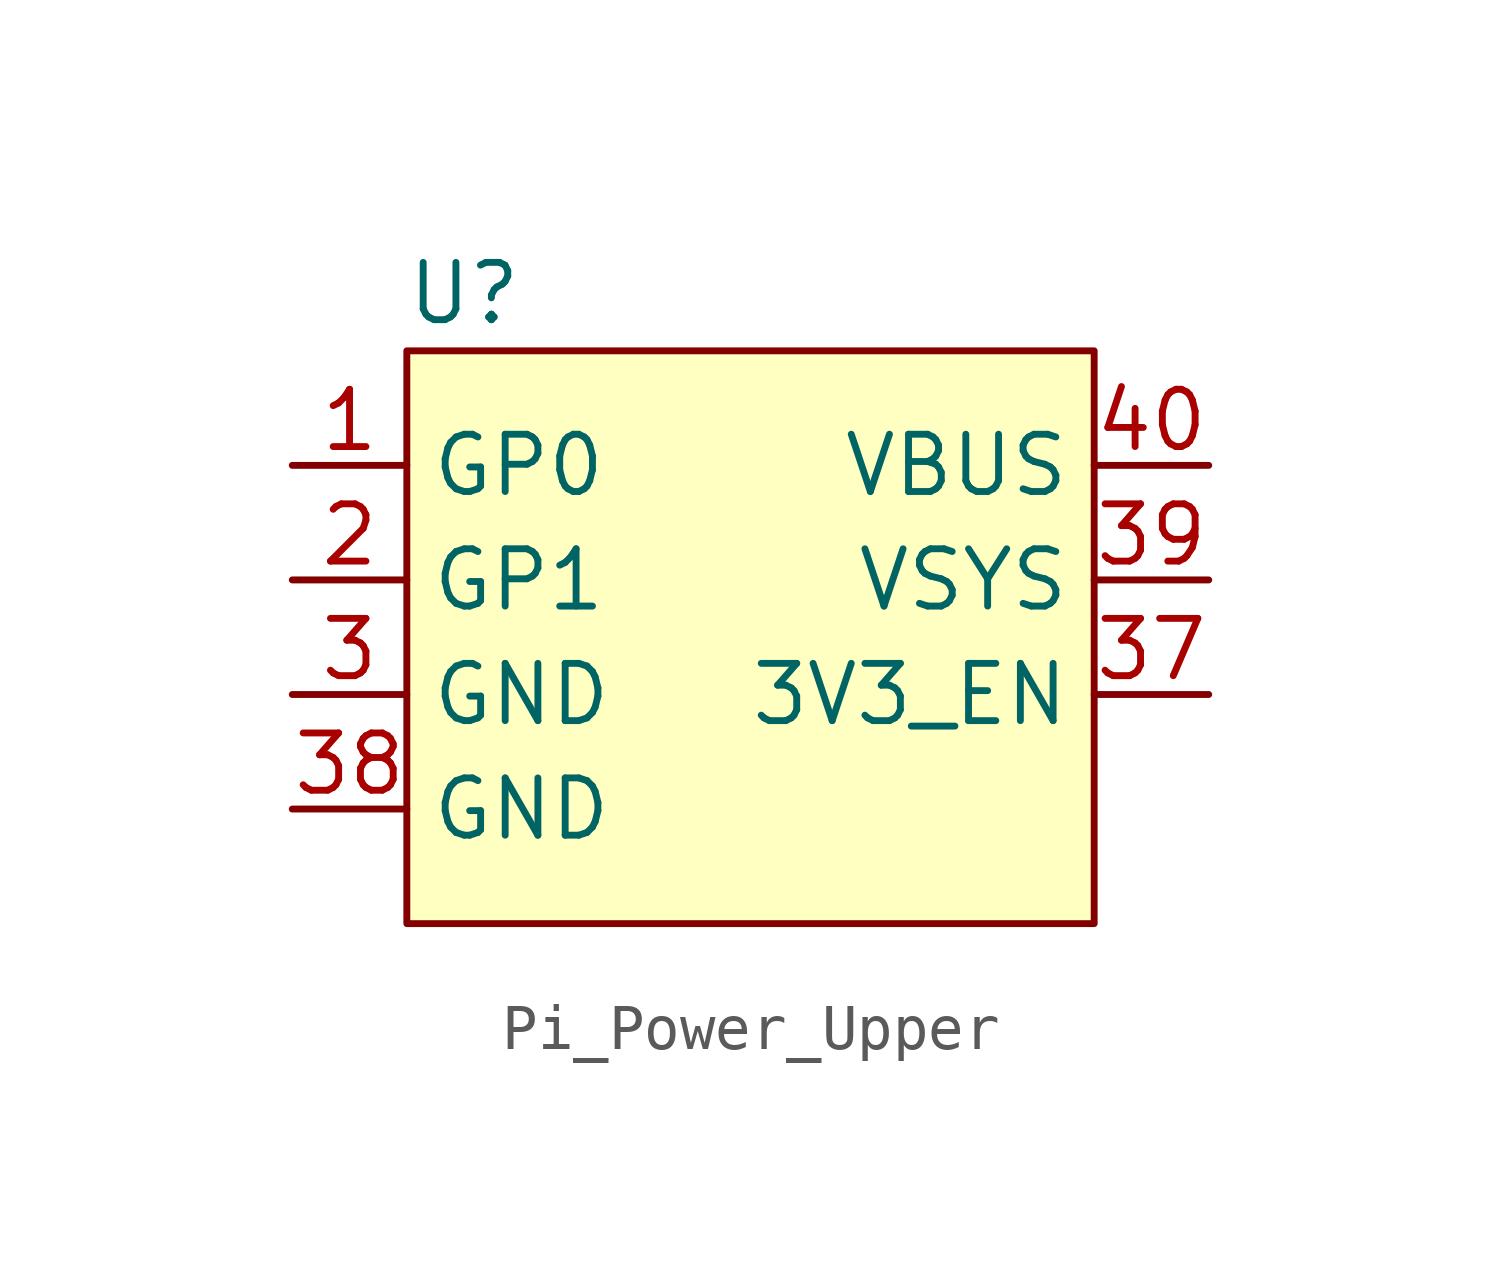
<source format=kicad_sym>
(kicad_symbol_lib
  (version 20220914)
  (generator kicad_symbol_editor)
  (symbol "Pi_Power_Upper"
    (property "Reference" "U"
      (at -6.35 7.62 0)
      (effects (font (size 1.27 1.27))))
    (property "Value" ""
      (at -5.08 6.35 0)
      (effects (font (size 1.27 1.27))))
    (symbol "Pi_Power_Upper_1_1"
      (rectangle (start -7.62 6.35) (end 7.62 -6.35) (stroke (width 0) (type default)) (fill (type background)))
      (pin bidirectional line (at -10.16 3.81 0) (length 2.54) (name "GP0" (effects (font (size 1.27 1.27)))) (number "1" (effects (font (size 1.27 1.27)))))
      (pin bidirectional line (at -10.16 1.27 0) (length 2.54) (name "GP1" (effects (font (size 1.27 1.27)))) (number "2" (effects (font (size 1.27 1.27)))))
      (pin power_in line (at -10.16 -1.27 0) (length 2.54) (name "GND" (effects (font (size 1.27 1.27)))) (number "3" (effects (font (size 1.27 1.27)))))
      (pin input line (at 10.16 -1.27 180) (length 2.54) (name "3V3_EN" (effects (font (size 1.27 1.27)))) (number "37" (effects (font (size 1.27 1.27)))))
      (pin power_in line (at -10.16 -3.81 0) (length 2.54) (name "GND" (effects (font (size 1.27 1.27)))) (number "38" (effects (font (size 1.27 1.27)))))
      (pin power_in line (at 10.16 1.27 180) (length 2.54) (name "VSYS" (effects (font (size 1.27 1.27)))) (number "39" (effects (font (size 1.27 1.27)))))
      (pin power_in line (at 10.16 3.81 180) (length 2.54) (name "VBUS" (effects (font (size 1.27 1.27)))) (number "40" (effects (font (size 1.27 1.27))))))))
</source>
